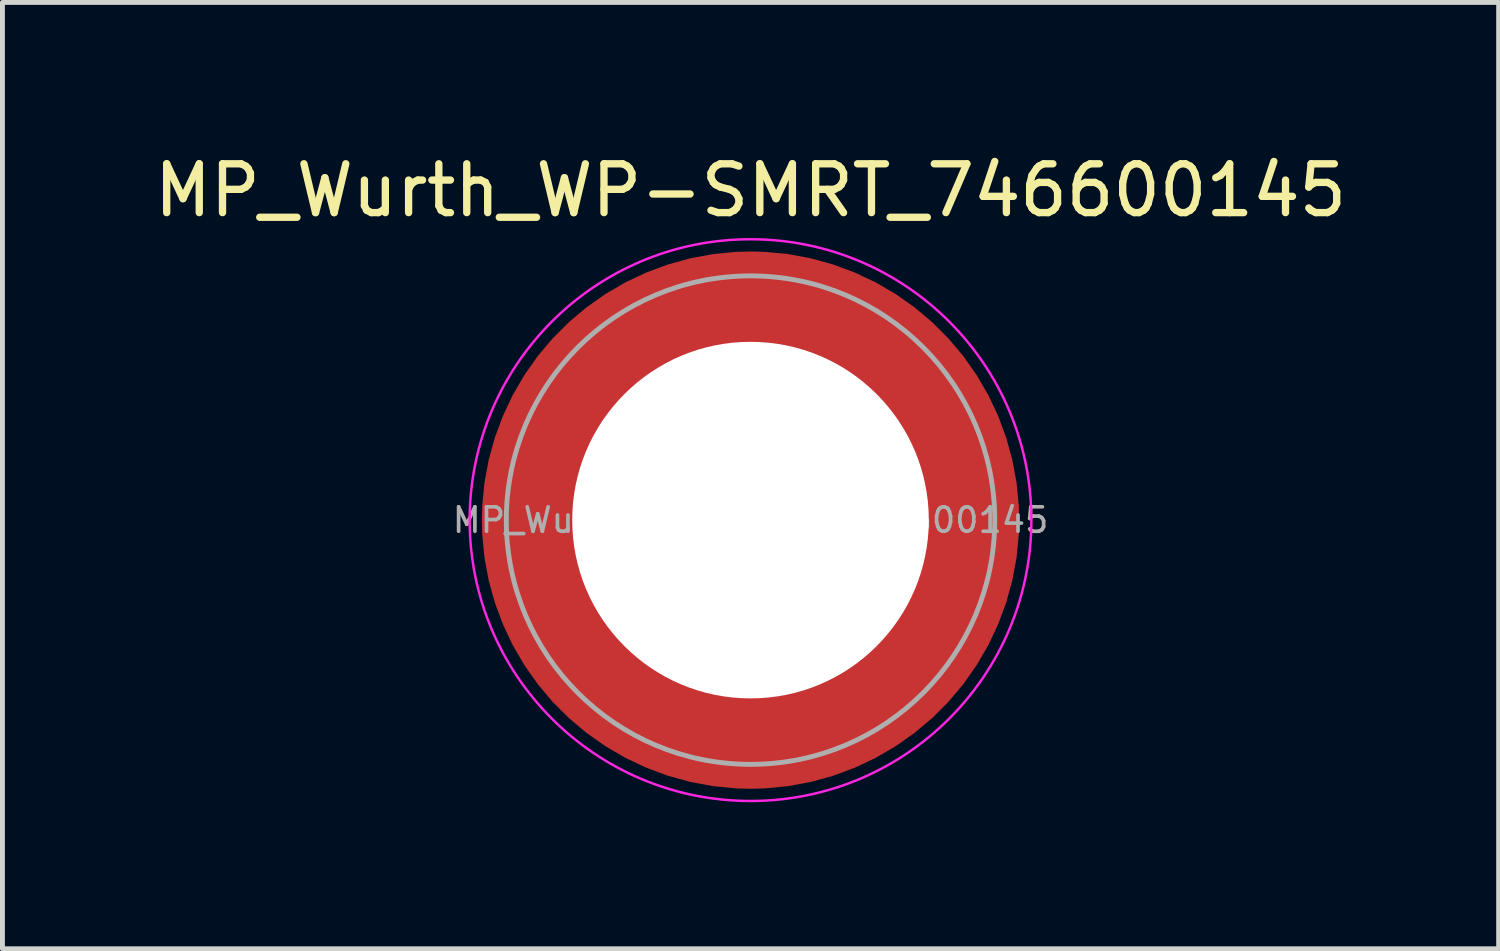
<source format=kicad_pcb>
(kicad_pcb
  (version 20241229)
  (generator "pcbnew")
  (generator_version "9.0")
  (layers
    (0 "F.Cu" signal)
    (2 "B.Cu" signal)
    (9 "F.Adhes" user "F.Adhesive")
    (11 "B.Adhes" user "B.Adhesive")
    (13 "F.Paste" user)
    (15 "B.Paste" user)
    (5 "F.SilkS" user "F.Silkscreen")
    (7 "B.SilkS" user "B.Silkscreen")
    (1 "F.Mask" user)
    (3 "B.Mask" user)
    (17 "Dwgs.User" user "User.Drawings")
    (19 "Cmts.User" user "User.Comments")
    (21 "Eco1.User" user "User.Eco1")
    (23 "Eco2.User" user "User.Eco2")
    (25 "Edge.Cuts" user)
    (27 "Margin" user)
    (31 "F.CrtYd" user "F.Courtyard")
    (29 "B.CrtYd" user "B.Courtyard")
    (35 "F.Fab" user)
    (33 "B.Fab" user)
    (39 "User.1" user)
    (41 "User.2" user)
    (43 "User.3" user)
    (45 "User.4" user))
  (footprint "MP_Wurth_WP-SMRT_746600145"
    (layer "F.Cu")
    (at 12.315 7.598)
    (property "Reference" "MP_Wurth_WP-SMRT_746600145" (at 0 -6.75 0) (unlocked yes) (layer "F.SilkS") (effects (font (size 1 1) (thickness 0.15))))
    (attr smd)
    (fp_poly (pts (xy -5.374 0.495) (xy -3.712 0.495) (xy -3.706 0.54) (xy -3.698 0.587) (xy -3.679 0.701) (xy -3.666 0.761) (xy -3.645 0.859) (xy -3.621 0.955) (xy -3.581 1.094) (xy -3.554 1.179) (xy -3.525 1.264) (xy -3.486 1.367) (xy -3.442 1.474) (xy -3.404 1.559) (xy -3.355 1.665) (xy -3.317 1.739) (xy -3.28 1.807) (xy -3.239 1.881) (xy -3.202 1.943) (xy -3.15 2.025) (xy -3.1 2.1) (xy -3.057 2.164) (xy -3.009 2.228) (xy -3.009 2.228) (xy -2.974 2.277) (xy -2.928 2.336) (xy -2.881 2.392) (xy -2.832 2.451) (xy -2.781 2.507) (xy -2.735 2.559) (xy -2.685 2.61) (xy -2.629 2.665) (xy -2.563 2.731) (xy -2.498 2.789) (xy -2.431 2.849) (xy -2.363 2.905) (xy -2.295 2.96) (xy -2.249 2.994) (xy -2.184 3.042) (xy -2.075 3.118) (xy -2.005 3.162) (xy -2.005 3.162) (xy -1.946 3.201) (xy -1.869 3.245) (xy -1.752 3.31) (xy -1.596 3.386) (xy -1.406 3.472) (xy -1.17 3.557) (xy -0.924 3.63) (xy -0.71 3.677) (xy -0.614 3.694) (xy -0.495 3.712) (xy -0.495 5.381) (xy -0.527 5.38) (xy -0.528 5.38) (xy -0.578 5.374) (xy -0.634 5.367) (xy -0.685 5.361) (xy -0.739 5.354) (xy -0.785 5.348) (xy -0.785 5.348) (xy -0.962 5.318) (xy -0.962 5.318) (xy -1.127 5.286) (xy -1.127 5.286) (xy -1.266 5.254) (xy -1.41 5.218) (xy -1.41 5.218) (xy -1.523 5.186) (xy -1.524 5.186) (xy -1.769 5.107) (xy -1.769 5.107) (xy -1.878 5.068) (xy -1.979 5.03) (xy -1.979 5.03) (xy -2.095 4.983) (xy -2.095 4.983) (xy -2.19 4.94) (xy -2.304 4.891) (xy -2.304 4.89) (xy -2.592 4.743) (xy -2.593 4.743) (xy -2.748 4.652) (xy -2.902 4.559) (xy -2.902 4.559) (xy -3.098 4.43) (xy -3.098 4.43) (xy -3.513 4.104) (xy -3.513 4.104) (xy -3.72 3.923) (xy -3.721 3.922) (xy -4.008 3.627) (xy -4.008 3.627) (xy -4.192 3.411) (xy -4.192 3.411) (xy -4.38 3.172) (xy -4.38 3.172) (xy -4.602 2.839) (xy -4.602 2.838) (xy -4.778 2.531) (xy -4.778 2.531) (xy -4.905 2.271) (xy -4.906 2.271) (xy -5.048 1.942) (xy -5.048 1.942) (xy -5.146 1.662) (xy -5.146 1.661) (xy -5.221 1.405) (xy -5.221 1.405) (xy -5.263 1.233) (xy -5.263 1.233) (xy -5.292 1.1) (xy -5.292 1.1) (xy -5.322 0.945) (xy -5.343 0.834) (xy -5.343 0.834) (xy -5.355 0.725) (xy -5.371 0.616) (xy -5.371 0.615) (xy -5.378 0.537) (xy -5.383 0.49)) (stroke (width 0) (type default)) (fill yes) (layer "F.Paste"))
    (fp_poly (pts (xy -0.495 -5.374) (xy -0.495 -3.712) (xy -0.54 -3.706) (xy -0.587 -3.698) (xy -0.701 -3.679) (xy -0.761 -3.666) (xy -0.859 -3.645) (xy -0.955 -3.621) (xy -1.094 -3.581) (xy -1.179 -3.554) (xy -1.264 -3.525) (xy -1.367 -3.486) (xy -1.474 -3.442) (xy -1.559 -3.404) (xy -1.665 -3.355) (xy -1.739 -3.317) (xy -1.807 -3.28) (xy -1.881 -3.239) (xy -1.943 -3.202) (xy -2.025 -3.15) (xy -2.1 -3.1) (xy -2.164 -3.057) (xy -2.228 -3.009) (xy -2.228 -3.009) (xy -2.277 -2.974) (xy -2.336 -2.928) (xy -2.392 -2.881) (xy -2.451 -2.832) (xy -2.507 -2.781) (xy -2.559 -2.735) (xy -2.61 -2.685) (xy -2.665 -2.629) (xy -2.731 -2.563) (xy -2.789 -2.498) (xy -2.849 -2.431) (xy -2.905 -2.363) (xy -2.96 -2.295) (xy -2.994 -2.249) (xy -3.042 -2.184) (xy -3.118 -2.075) (xy -3.162 -2.005) (xy -3.162 -2.005) (xy -3.201 -1.946) (xy -3.245 -1.869) (xy -3.31 -1.752) (xy -3.386 -1.596) (xy -3.472 -1.406) (xy -3.557 -1.17) (xy -3.63 -0.924) (xy -3.677 -0.71) (xy -3.694 -0.614) (xy -3.712 -0.495) (xy -5.381 -0.495) (xy -5.38 -0.527) (xy -5.38 -0.528) (xy -5.374 -0.578) (xy -5.367 -0.634) (xy -5.361 -0.685) (xy -5.354 -0.739) (xy -5.348 -0.785) (xy -5.348 -0.785) (xy -5.318 -0.962) (xy -5.318 -0.962) (xy -5.286 -1.127) (xy -5.286 -1.127) (xy -5.254 -1.266) (xy -5.218 -1.41) (xy -5.218 -1.41) (xy -5.186 -1.523) (xy -5.186 -1.524) (xy -5.107 -1.769) (xy -5.107 -1.769) (xy -5.068 -1.878) (xy -5.03 -1.979) (xy -5.03 -1.979) (xy -4.983 -2.095) (xy -4.983 -2.095) (xy -4.94 -2.19) (xy -4.891 -2.304) (xy -4.89 -2.304) (xy -4.743 -2.592) (xy -4.743 -2.593) (xy -4.652 -2.748) (xy -4.559 -2.902) (xy -4.559 -2.902) (xy -4.43 -3.098) (xy -4.43 -3.098) (xy -4.104 -3.513) (xy -4.104 -3.513) (xy -3.923 -3.72) (xy -3.922 -3.721) (xy -3.627 -4.008) (xy -3.627 -4.008) (xy -3.411 -4.192) (xy -3.411 -4.192) (xy -3.172 -4.38) (xy -3.172 -4.38) (xy -2.839 -4.602) (xy -2.838 -4.602) (xy -2.531 -4.778) (xy -2.531 -4.778) (xy -2.271 -4.905) (xy -2.271 -4.906) (xy -1.942 -5.048) (xy -1.942 -5.048) (xy -1.662 -5.146) (xy -1.661 -5.146) (xy -1.405 -5.221) (xy -1.405 -5.221) (xy -1.233 -5.263) (xy -1.233 -5.263) (xy -1.1 -5.292) (xy -1.1 -5.292) (xy -0.945 -5.322) (xy -0.834 -5.343) (xy -0.834 -5.343) (xy -0.725 -5.355) (xy -0.616 -5.371) (xy -0.615 -5.371) (xy -0.537 -5.378) (xy -0.49 -5.383)) (stroke (width 0) (type default)) (fill yes) (layer "F.Paste"))
    (fp_poly (pts (xy 0.527 -5.38) (xy 0.528 -5.38) (xy 0.578 -5.374) (xy 0.634 -5.367) (xy 0.685 -5.361) (xy 0.739 -5.354) (xy 0.785 -5.348) (xy 0.785 -5.348) (xy 0.962 -5.318) (xy 0.962 -5.318) (xy 1.127 -5.286) (xy 1.127 -5.286) (xy 1.266 -5.254) (xy 1.41 -5.218) (xy 1.41 -5.218) (xy 1.523 -5.186) (xy 1.524 -5.186) (xy 1.769 -5.107) (xy 1.769 -5.107) (xy 1.878 -5.068) (xy 1.979 -5.03) (xy 1.979 -5.03) (xy 2.095 -4.983) (xy 2.095 -4.983) (xy 2.19 -4.94) (xy 2.304 -4.891) (xy 2.304 -4.89) (xy 2.592 -4.743) (xy 2.593 -4.743) (xy 2.748 -4.652) (xy 2.902 -4.559) (xy 2.902 -4.559) (xy 3.098 -4.43) (xy 3.098 -4.43) (xy 3.513 -4.104) (xy 3.513 -4.104) (xy 3.72 -3.923) (xy 3.721 -3.922) (xy 4.008 -3.627) (xy 4.008 -3.627) (xy 4.192 -3.411) (xy 4.192 -3.411) (xy 4.38 -3.172) (xy 4.38 -3.172) (xy 4.602 -2.839) (xy 4.602 -2.838) (xy 4.778 -2.531) (xy 4.778 -2.531) (xy 4.905 -2.271) (xy 4.906 -2.271) (xy 5.048 -1.942) (xy 5.048 -1.942) (xy 5.146 -1.662) (xy 5.146 -1.661) (xy 5.221 -1.405) (xy 5.221 -1.405) (xy 5.263 -1.233) (xy 5.263 -1.233) (xy 5.292 -1.1) (xy 5.292 -1.1) (xy 5.322 -0.945) (xy 5.343 -0.834) (xy 5.343 -0.834) (xy 5.355 -0.725) (xy 5.371 -0.616) (xy 5.371 -0.615) (xy 5.378 -0.537) (xy 5.383 -0.49) (xy 5.374 -0.495) (xy 3.712 -0.495) (xy 3.706 -0.54) (xy 3.698 -0.587) (xy 3.679 -0.701) (xy 3.666 -0.761) (xy 3.645 -0.859) (xy 3.621 -0.955) (xy 3.581 -1.094) (xy 3.554 -1.179) (xy 3.525 -1.264) (xy 3.486 -1.367) (xy 3.442 -1.474) (xy 3.404 -1.559) (xy 3.355 -1.665) (xy 3.317 -1.739) (xy 3.28 -1.807) (xy 3.239 -1.881) (xy 3.202 -1.943) (xy 3.15 -2.025) (xy 3.1 -2.1) (xy 3.057 -2.164) (xy 3.009 -2.228) (xy 3.009 -2.228) (xy 2.974 -2.277) (xy 2.928 -2.336) (xy 2.881 -2.392) (xy 2.832 -2.451) (xy 2.781 -2.507) (xy 2.735 -2.559) (xy 2.685 -2.61) (xy 2.629 -2.665) (xy 2.563 -2.731) (xy 2.498 -2.789) (xy 2.431 -2.849) (xy 2.363 -2.905) (xy 2.295 -2.96) (xy 2.249 -2.994) (xy 2.184 -3.042) (xy 2.075 -3.118) (xy 2.005 -3.162) (xy 2.005 -3.162) (xy 1.946 -3.201) (xy 1.869 -3.245) (xy 1.752 -3.31) (xy 1.596 -3.386) (xy 1.406 -3.472) (xy 1.17 -3.557) (xy 0.924 -3.63) (xy 0.71 -3.677) (xy 0.614 -3.694) (xy 0.495 -3.712) (xy 0.495 -5.381)) (stroke (width 0) (type default)) (fill yes) (layer "F.Paste"))
    (fp_poly (pts (xy 5.38 0.527) (xy 5.38 0.528) (xy 5.374 0.578) (xy 5.367 0.634) (xy 5.361 0.685) (xy 5.354 0.739) (xy 5.348 0.785) (xy 5.348 0.785) (xy 5.318 0.962) (xy 5.318 0.962) (xy 5.286 1.127) (xy 5.286 1.127) (xy 5.254 1.266) (xy 5.218 1.41) (xy 5.218 1.41) (xy 5.186 1.523) (xy 5.186 1.524) (xy 5.107 1.769) (xy 5.107 1.769) (xy 5.068 1.878) (xy 5.03 1.979) (xy 5.03 1.979) (xy 4.983 2.095) (xy 4.983 2.095) (xy 4.94 2.19) (xy 4.891 2.304) (xy 4.89 2.304) (xy 4.743 2.592) (xy 4.743 2.593) (xy 4.652 2.748) (xy 4.559 2.902) (xy 4.559 2.902) (xy 4.43 3.098) (xy 4.43 3.098) (xy 4.104 3.513) (xy 4.104 3.513) (xy 3.923 3.72) (xy 3.922 3.721) (xy 3.627 4.008) (xy 3.627 4.008) (xy 3.411 4.192) (xy 3.411 4.192) (xy 3.172 4.38) (xy 3.172 4.38) (xy 2.839 4.602) (xy 2.838 4.602) (xy 2.531 4.778) (xy 2.531 4.778) (xy 2.271 4.905) (xy 2.271 4.906) (xy 1.942 5.048) (xy 1.942 5.048) (xy 1.662 5.146) (xy 1.661 5.146) (xy 1.405 5.221) (xy 1.405 5.221) (xy 1.233 5.263) (xy 1.233 5.263) (xy 1.1 5.292) (xy 1.1 5.292) (xy 0.945 5.322) (xy 0.834 5.343) (xy 0.834 5.343) (xy 0.725 5.355) (xy 0.616 5.371) (xy 0.615 5.371) (xy 0.537 5.378) (xy 0.49 5.383) (xy 0.495 5.374) (xy 0.495 3.712) (xy 0.54 3.706) (xy 0.587 3.698) (xy 0.701 3.679) (xy 0.761 3.666) (xy 0.859 3.645) (xy 0.955 3.621) (xy 1.094 3.581) (xy 1.179 3.554) (xy 1.264 3.525) (xy 1.367 3.486) (xy 1.474 3.442) (xy 1.559 3.404) (xy 1.665 3.355) (xy 1.739 3.317) (xy 1.807 3.28) (xy 1.881 3.239) (xy 1.943 3.202) (xy 2.025 3.15) (xy 2.1 3.1) (xy 2.164 3.057) (xy 2.228 3.009) (xy 2.228 3.009) (xy 2.277 2.974) (xy 2.336 2.928) (xy 2.392 2.881) (xy 2.451 2.832) (xy 2.507 2.781) (xy 2.559 2.735) (xy 2.61 2.685) (xy 2.665 2.629) (xy 2.731 2.563) (xy 2.789 2.498) (xy 2.849 2.431) (xy 2.905 2.363) (xy 2.96 2.295) (xy 2.994 2.249) (xy 3.042 2.184) (xy 3.118 2.075) (xy 3.162 2.005) (xy 3.162 2.005) (xy 3.201 1.946) (xy 3.245 1.869) (xy 3.31 1.752) (xy 3.386 1.596) (xy 3.472 1.406) (xy 3.557 1.17) (xy 3.63 0.924) (xy 3.677 0.71) (xy 3.694 0.614) (xy 3.712 0.495) (xy 5.381 0.495)) (stroke (width 0) (type default)) (fill yes) (layer "F.Paste"))
    (fp_circle (center 0 0) (end 5.75 0) (stroke (width 0.05) (type solid)) (fill no) (layer "F.CrtYd"))
    (fp_circle (center 0 0) (end 5 0) (stroke (width 0.1) (type solid)) (fill no) (layer "F.Fab"))
    (fp_text user "${REFERENCE}" (at 0 0 0) (unlocked yes) (layer "F.Fab") (effects (font (size 0.5 0.5) (thickness 0.075))))
    (pad "" np_thru_hole circle (at 0 0) (size 7.3 7.3) (drill 7.3) (layers "*.Cu" "*.Mask"))
    (pad "1" smd roundrect (at 0 0) (size 11 11) (layers "F.Cu" "F.Mask") (roundrect_rratio 0.5)))
  (gr_rect
    (start -3 -3)
    (end 27.631 16.373)
    (stroke (width 0.1) (type default))
    (fill no)
    (layer "Edge.Cuts")))
</source>
